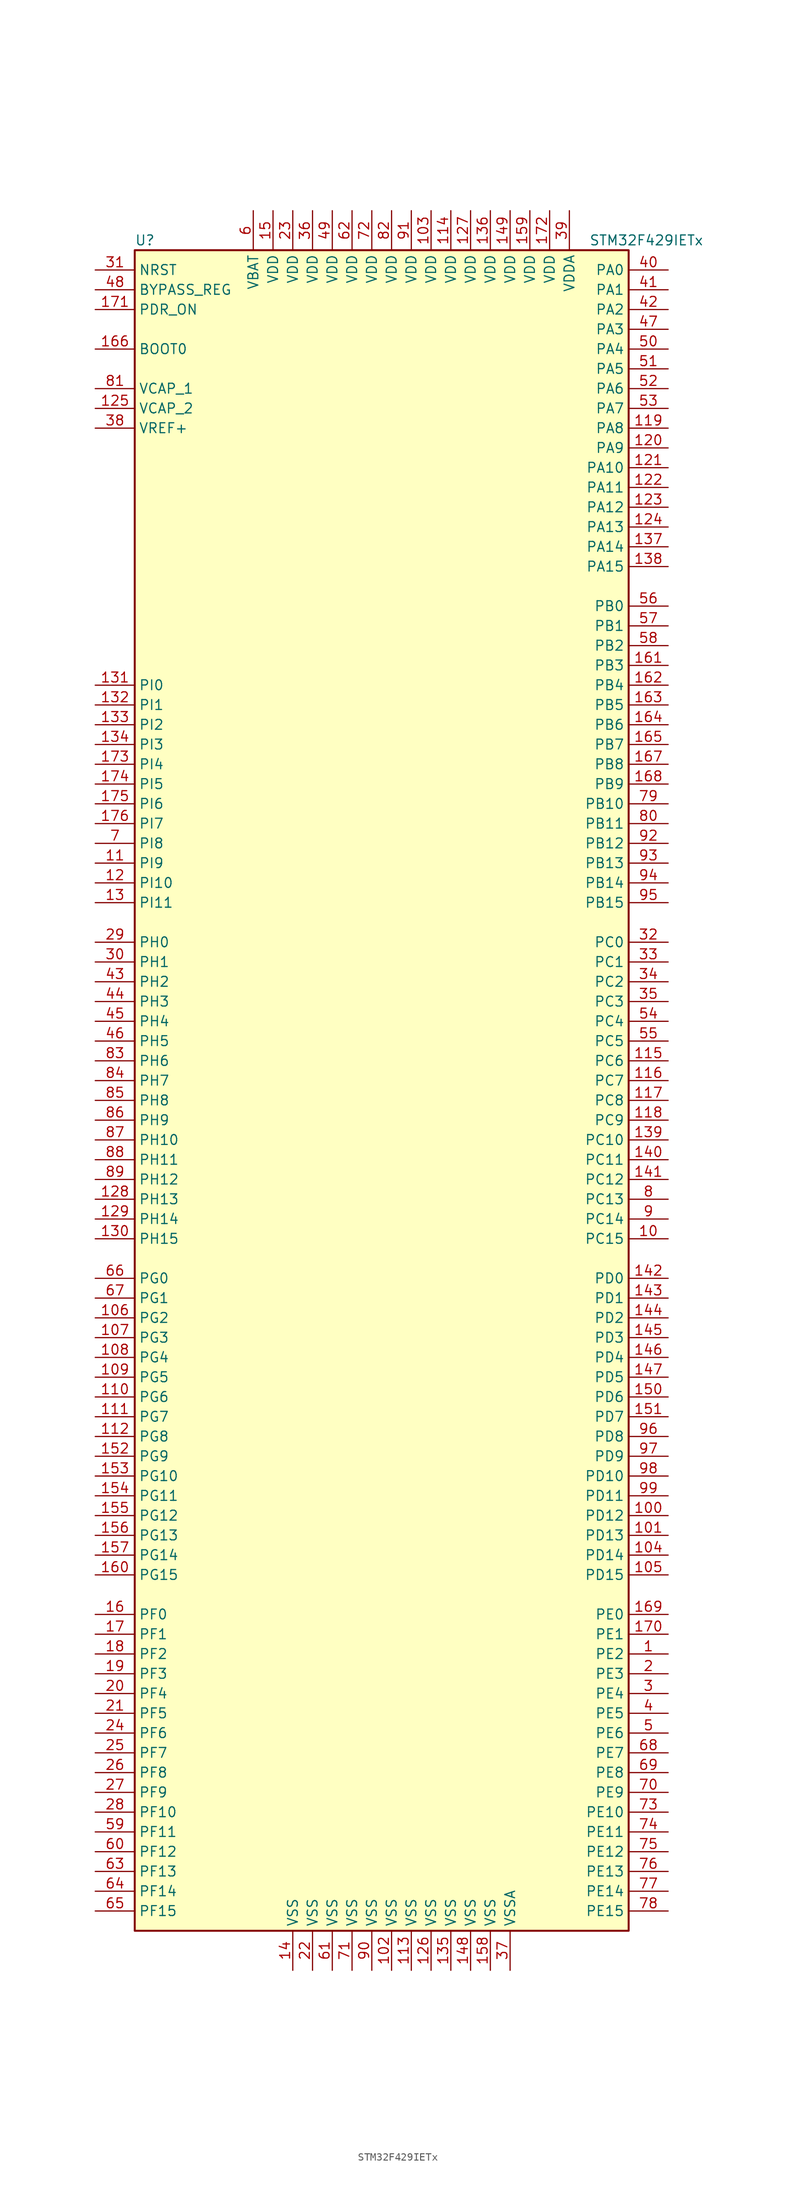
<source format=kicad_sym>
(kicad_symbol_lib
  (version 20211014)
  (generator kicad_symbol_editor)
  (symbol "STM32F429IETx"
    (property "Reference" "U"
      (at -33.02 107.95 0)
      (effects (font (size 1.27 1.27)) (justify left)))
    (property "Value" "STM32F429IETx"
      (at 25.4 107.95 0)
      (effects (font (size 1.27 1.27)) (justify left)))
    (symbol "STM32F429IETx_0_1"
      (rectangle (start -33.02 -109.22) (end 30.48 106.68) (stroke (width 0.254) (type default) (color 0 0 0 0)) (fill (type background))))
    (symbol "STM32F429IETx_1_1"
      (pin bidirectional line (at 35.56 -73.66 180) (length 5.08) (name "PE2" (effects (font (size 1.27 1.27)))) (number "1" (effects (font (size 1.27 1.27)))))
      (pin bidirectional line (at 35.56 -20.32 180) (length 5.08) (name "PC15" (effects (font (size 1.27 1.27)))) (number "10" (effects (font (size 1.27 1.27)))))
      (pin bidirectional line (at 35.56 -55.88 180) (length 5.08) (name "PD12" (effects (font (size 1.27 1.27)))) (number "100" (effects (font (size 1.27 1.27)))))
      (pin bidirectional line (at 35.56 -58.42 180) (length 5.08) (name "PD13" (effects (font (size 1.27 1.27)))) (number "101" (effects (font (size 1.27 1.27)))))
      (pin power_in line (at 0 -114.3 90) (length 5.08) (name "VSS" (effects (font (size 1.27 1.27)))) (number "102" (effects (font (size 1.27 1.27)))))
      (pin power_in line (at 5.08 111.76 270) (length 5.08) (name "VDD" (effects (font (size 1.27 1.27)))) (number "103" (effects (font (size 1.27 1.27)))))
      (pin bidirectional line (at 35.56 -60.96 180) (length 5.08) (name "PD14" (effects (font (size 1.27 1.27)))) (number "104" (effects (font (size 1.27 1.27)))))
      (pin bidirectional line (at 35.56 -63.5 180) (length 5.08) (name "PD15" (effects (font (size 1.27 1.27)))) (number "105" (effects (font (size 1.27 1.27)))))
      (pin bidirectional line (at -38.1 -30.48 0) (length 5.08) (name "PG2" (effects (font (size 1.27 1.27)))) (number "106" (effects (font (size 1.27 1.27)))))
      (pin bidirectional line (at -38.1 -33.02 0) (length 5.08) (name "PG3" (effects (font (size 1.27 1.27)))) (number "107" (effects (font (size 1.27 1.27)))))
      (pin bidirectional line (at -38.1 -35.56 0) (length 5.08) (name "PG4" (effects (font (size 1.27 1.27)))) (number "108" (effects (font (size 1.27 1.27)))))
      (pin bidirectional line (at -38.1 -38.1 0) (length 5.08) (name "PG5" (effects (font (size 1.27 1.27)))) (number "109" (effects (font (size 1.27 1.27)))))
      (pin bidirectional line (at -38.1 27.94 0) (length 5.08) (name "PI9" (effects (font (size 1.27 1.27)))) (number "11" (effects (font (size 1.27 1.27)))))
      (pin bidirectional line (at -38.1 -40.64 0) (length 5.08) (name "PG6" (effects (font (size 1.27 1.27)))) (number "110" (effects (font (size 1.27 1.27)))))
      (pin bidirectional line (at -38.1 -43.18 0) (length 5.08) (name "PG7" (effects (font (size 1.27 1.27)))) (number "111" (effects (font (size 1.27 1.27)))))
      (pin bidirectional line (at -38.1 -45.72 0) (length 5.08) (name "PG8" (effects (font (size 1.27 1.27)))) (number "112" (effects (font (size 1.27 1.27)))))
      (pin power_in line (at 2.54 -114.3 90) (length 5.08) (name "VSS" (effects (font (size 1.27 1.27)))) (number "113" (effects (font (size 1.27 1.27)))))
      (pin power_in line (at 7.62 111.76 270) (length 5.08) (name "VDD" (effects (font (size 1.27 1.27)))) (number "114" (effects (font (size 1.27 1.27)))))
      (pin bidirectional line (at 35.56 2.54 180) (length 5.08) (name "PC6" (effects (font (size 1.27 1.27)))) (number "115" (effects (font (size 1.27 1.27)))))
      (pin bidirectional line (at 35.56 0 180) (length 5.08) (name "PC7" (effects (font (size 1.27 1.27)))) (number "116" (effects (font (size 1.27 1.27)))))
      (pin bidirectional line (at 35.56 -2.54 180) (length 5.08) (name "PC8" (effects (font (size 1.27 1.27)))) (number "117" (effects (font (size 1.27 1.27)))))
      (pin bidirectional line (at 35.56 -5.08 180) (length 5.08) (name "PC9" (effects (font (size 1.27 1.27)))) (number "118" (effects (font (size 1.27 1.27)))))
      (pin bidirectional line (at 35.56 83.82 180) (length 5.08) (name "PA8" (effects (font (size 1.27 1.27)))) (number "119" (effects (font (size 1.27 1.27)))))
      (pin bidirectional line (at -38.1 25.4 0) (length 5.08) (name "PI10" (effects (font (size 1.27 1.27)))) (number "12" (effects (font (size 1.27 1.27)))))
      (pin bidirectional line (at 35.56 81.28 180) (length 5.08) (name "PA9" (effects (font (size 1.27 1.27)))) (number "120" (effects (font (size 1.27 1.27)))))
      (pin bidirectional line (at 35.56 78.74 180) (length 5.08) (name "PA10" (effects (font (size 1.27 1.27)))) (number "121" (effects (font (size 1.27 1.27)))))
      (pin bidirectional line (at 35.56 76.2 180) (length 5.08) (name "PA11" (effects (font (size 1.27 1.27)))) (number "122" (effects (font (size 1.27 1.27)))))
      (pin bidirectional line (at 35.56 73.66 180) (length 5.08) (name "PA12" (effects (font (size 1.27 1.27)))) (number "123" (effects (font (size 1.27 1.27)))))
      (pin bidirectional line (at 35.56 71.12 180) (length 5.08) (name "PA13" (effects (font (size 1.27 1.27)))) (number "124" (effects (font (size 1.27 1.27)))))
      (pin power_in line (at -38.1 86.36 0) (length 5.08) (name "VCAP_2" (effects (font (size 1.27 1.27)))) (number "125" (effects (font (size 1.27 1.27)))))
      (pin power_in line (at 5.08 -114.3 90) (length 5.08) (name "VSS" (effects (font (size 1.27 1.27)))) (number "126" (effects (font (size 1.27 1.27)))))
      (pin power_in line (at 10.16 111.76 270) (length 5.08) (name "VDD" (effects (font (size 1.27 1.27)))) (number "127" (effects (font (size 1.27 1.27)))))
      (pin bidirectional line (at -38.1 -15.24 0) (length 5.08) (name "PH13" (effects (font (size 1.27 1.27)))) (number "128" (effects (font (size 1.27 1.27)))))
      (pin bidirectional line (at -38.1 -17.78 0) (length 5.08) (name "PH14" (effects (font (size 1.27 1.27)))) (number "129" (effects (font (size 1.27 1.27)))))
      (pin bidirectional line (at -38.1 22.86 0) (length 5.08) (name "PI11" (effects (font (size 1.27 1.27)))) (number "13" (effects (font (size 1.27 1.27)))))
      (pin bidirectional line (at -38.1 -20.32 0) (length 5.08) (name "PH15" (effects (font (size 1.27 1.27)))) (number "130" (effects (font (size 1.27 1.27)))))
      (pin bidirectional line (at -38.1 50.8 0) (length 5.08) (name "PI0" (effects (font (size 1.27 1.27)))) (number "131" (effects (font (size 1.27 1.27)))))
      (pin bidirectional line (at -38.1 48.26 0) (length 5.08) (name "PI1" (effects (font (size 1.27 1.27)))) (number "132" (effects (font (size 1.27 1.27)))))
      (pin bidirectional line (at -38.1 45.72 0) (length 5.08) (name "PI2" (effects (font (size 1.27 1.27)))) (number "133" (effects (font (size 1.27 1.27)))))
      (pin bidirectional line (at -38.1 43.18 0) (length 5.08) (name "PI3" (effects (font (size 1.27 1.27)))) (number "134" (effects (font (size 1.27 1.27)))))
      (pin power_in line (at 7.62 -114.3 90) (length 5.08) (name "VSS" (effects (font (size 1.27 1.27)))) (number "135" (effects (font (size 1.27 1.27)))))
      (pin power_in line (at 12.7 111.76 270) (length 5.08) (name "VDD" (effects (font (size 1.27 1.27)))) (number "136" (effects (font (size 1.27 1.27)))))
      (pin bidirectional line (at 35.56 68.58 180) (length 5.08) (name "PA14" (effects (font (size 1.27 1.27)))) (number "137" (effects (font (size 1.27 1.27)))))
      (pin bidirectional line (at 35.56 66.04 180) (length 5.08) (name "PA15" (effects (font (size 1.27 1.27)))) (number "138" (effects (font (size 1.27 1.27)))))
      (pin bidirectional line (at 35.56 -7.62 180) (length 5.08) (name "PC10" (effects (font (size 1.27 1.27)))) (number "139" (effects (font (size 1.27 1.27)))))
      (pin power_in line (at -12.7 -114.3 90) (length 5.08) (name "VSS" (effects (font (size 1.27 1.27)))) (number "14" (effects (font (size 1.27 1.27)))))
      (pin bidirectional line (at 35.56 -10.16 180) (length 5.08) (name "PC11" (effects (font (size 1.27 1.27)))) (number "140" (effects (font (size 1.27 1.27)))))
      (pin bidirectional line (at 35.56 -12.7 180) (length 5.08) (name "PC12" (effects (font (size 1.27 1.27)))) (number "141" (effects (font (size 1.27 1.27)))))
      (pin bidirectional line (at 35.56 -25.4 180) (length 5.08) (name "PD0" (effects (font (size 1.27 1.27)))) (number "142" (effects (font (size 1.27 1.27)))))
      (pin bidirectional line (at 35.56 -27.94 180) (length 5.08) (name "PD1" (effects (font (size 1.27 1.27)))) (number "143" (effects (font (size 1.27 1.27)))))
      (pin bidirectional line (at 35.56 -30.48 180) (length 5.08) (name "PD2" (effects (font (size 1.27 1.27)))) (number "144" (effects (font (size 1.27 1.27)))))
      (pin bidirectional line (at 35.56 -33.02 180) (length 5.08) (name "PD3" (effects (font (size 1.27 1.27)))) (number "145" (effects (font (size 1.27 1.27)))))
      (pin bidirectional line (at 35.56 -35.56 180) (length 5.08) (name "PD4" (effects (font (size 1.27 1.27)))) (number "146" (effects (font (size 1.27 1.27)))))
      (pin bidirectional line (at 35.56 -38.1 180) (length 5.08) (name "PD5" (effects (font (size 1.27 1.27)))) (number "147" (effects (font (size 1.27 1.27)))))
      (pin power_in line (at 10.16 -114.3 90) (length 5.08) (name "VSS" (effects (font (size 1.27 1.27)))) (number "148" (effects (font (size 1.27 1.27)))))
      (pin power_in line (at 15.24 111.76 270) (length 5.08) (name "VDD" (effects (font (size 1.27 1.27)))) (number "149" (effects (font (size 1.27 1.27)))))
      (pin power_in line (at -15.24 111.76 270) (length 5.08) (name "VDD" (effects (font (size 1.27 1.27)))) (number "15" (effects (font (size 1.27 1.27)))))
      (pin bidirectional line (at 35.56 -40.64 180) (length 5.08) (name "PD6" (effects (font (size 1.27 1.27)))) (number "150" (effects (font (size 1.27 1.27)))))
      (pin bidirectional line (at 35.56 -43.18 180) (length 5.08) (name "PD7" (effects (font (size 1.27 1.27)))) (number "151" (effects (font (size 1.27 1.27)))))
      (pin bidirectional line (at -38.1 -48.26 0) (length 5.08) (name "PG9" (effects (font (size 1.27 1.27)))) (number "152" (effects (font (size 1.27 1.27)))))
      (pin bidirectional line (at -38.1 -50.8 0) (length 5.08) (name "PG10" (effects (font (size 1.27 1.27)))) (number "153" (effects (font (size 1.27 1.27)))))
      (pin bidirectional line (at -38.1 -53.34 0) (length 5.08) (name "PG11" (effects (font (size 1.27 1.27)))) (number "154" (effects (font (size 1.27 1.27)))))
      (pin bidirectional line (at -38.1 -55.88 0) (length 5.08) (name "PG12" (effects (font (size 1.27 1.27)))) (number "155" (effects (font (size 1.27 1.27)))))
      (pin bidirectional line (at -38.1 -58.42 0) (length 5.08) (name "PG13" (effects (font (size 1.27 1.27)))) (number "156" (effects (font (size 1.27 1.27)))))
      (pin bidirectional line (at -38.1 -60.96 0) (length 5.08) (name "PG14" (effects (font (size 1.27 1.27)))) (number "157" (effects (font (size 1.27 1.27)))))
      (pin power_in line (at 12.7 -114.3 90) (length 5.08) (name "VSS" (effects (font (size 1.27 1.27)))) (number "158" (effects (font (size 1.27 1.27)))))
      (pin power_in line (at 17.78 111.76 270) (length 5.08) (name "VDD" (effects (font (size 1.27 1.27)))) (number "159" (effects (font (size 1.27 1.27)))))
      (pin bidirectional line (at -38.1 -68.58 0) (length 5.08) (name "PF0" (effects (font (size 1.27 1.27)))) (number "16" (effects (font (size 1.27 1.27)))))
      (pin bidirectional line (at -38.1 -63.5 0) (length 5.08) (name "PG15" (effects (font (size 1.27 1.27)))) (number "160" (effects (font (size 1.27 1.27)))))
      (pin bidirectional line (at 35.56 53.34 180) (length 5.08) (name "PB3" (effects (font (size 1.27 1.27)))) (number "161" (effects (font (size 1.27 1.27)))))
      (pin bidirectional line (at 35.56 50.8 180) (length 5.08) (name "PB4" (effects (font (size 1.27 1.27)))) (number "162" (effects (font (size 1.27 1.27)))))
      (pin bidirectional line (at 35.56 48.26 180) (length 5.08) (name "PB5" (effects (font (size 1.27 1.27)))) (number "163" (effects (font (size 1.27 1.27)))))
      (pin bidirectional line (at 35.56 45.72 180) (length 5.08) (name "PB6" (effects (font (size 1.27 1.27)))) (number "164" (effects (font (size 1.27 1.27)))))
      (pin bidirectional line (at 35.56 43.18 180) (length 5.08) (name "PB7" (effects (font (size 1.27 1.27)))) (number "165" (effects (font (size 1.27 1.27)))))
      (pin input line (at -38.1 93.98 0) (length 5.08) (name "BOOT0" (effects (font (size 1.27 1.27)))) (number "166" (effects (font (size 1.27 1.27)))))
      (pin bidirectional line (at 35.56 40.64 180) (length 5.08) (name "PB8" (effects (font (size 1.27 1.27)))) (number "167" (effects (font (size 1.27 1.27)))))
      (pin bidirectional line (at 35.56 38.1 180) (length 5.08) (name "PB9" (effects (font (size 1.27 1.27)))) (number "168" (effects (font (size 1.27 1.27)))))
      (pin bidirectional line (at 35.56 -68.58 180) (length 5.08) (name "PE0" (effects (font (size 1.27 1.27)))) (number "169" (effects (font (size 1.27 1.27)))))
      (pin bidirectional line (at -38.1 -71.12 0) (length 5.08) (name "PF1" (effects (font (size 1.27 1.27)))) (number "17" (effects (font (size 1.27 1.27)))))
      (pin bidirectional line (at 35.56 -71.12 180) (length 5.08) (name "PE1" (effects (font (size 1.27 1.27)))) (number "170" (effects (font (size 1.27 1.27)))))
      (pin input line (at -38.1 99.06 0) (length 5.08) (name "PDR_ON" (effects (font (size 1.27 1.27)))) (number "171" (effects (font (size 1.27 1.27)))))
      (pin power_in line (at 20.32 111.76 270) (length 5.08) (name "VDD" (effects (font (size 1.27 1.27)))) (number "172" (effects (font (size 1.27 1.27)))))
      (pin bidirectional line (at -38.1 40.64 0) (length 5.08) (name "PI4" (effects (font (size 1.27 1.27)))) (number "173" (effects (font (size 1.27 1.27)))))
      (pin bidirectional line (at -38.1 38.1 0) (length 5.08) (name "PI5" (effects (font (size 1.27 1.27)))) (number "174" (effects (font (size 1.27 1.27)))))
      (pin bidirectional line (at -38.1 35.56 0) (length 5.08) (name "PI6" (effects (font (size 1.27 1.27)))) (number "175" (effects (font (size 1.27 1.27)))))
      (pin bidirectional line (at -38.1 33.02 0) (length 5.08) (name "PI7" (effects (font (size 1.27 1.27)))) (number "176" (effects (font (size 1.27 1.27)))))
      (pin bidirectional line (at -38.1 -73.66 0) (length 5.08) (name "PF2" (effects (font (size 1.27 1.27)))) (number "18" (effects (font (size 1.27 1.27)))))
      (pin bidirectional line (at -38.1 -76.2 0) (length 5.08) (name "PF3" (effects (font (size 1.27 1.27)))) (number "19" (effects (font (size 1.27 1.27)))))
      (pin bidirectional line (at 35.56 -76.2 180) (length 5.08) (name "PE3" (effects (font (size 1.27 1.27)))) (number "2" (effects (font (size 1.27 1.27)))))
      (pin bidirectional line (at -38.1 -78.74 0) (length 5.08) (name "PF4" (effects (font (size 1.27 1.27)))) (number "20" (effects (font (size 1.27 1.27)))))
      (pin bidirectional line (at -38.1 -81.28 0) (length 5.08) (name "PF5" (effects (font (size 1.27 1.27)))) (number "21" (effects (font (size 1.27 1.27)))))
      (pin power_in line (at -10.16 -114.3 90) (length 5.08) (name "VSS" (effects (font (size 1.27 1.27)))) (number "22" (effects (font (size 1.27 1.27)))))
      (pin power_in line (at -12.7 111.76 270) (length 5.08) (name "VDD" (effects (font (size 1.27 1.27)))) (number "23" (effects (font (size 1.27 1.27)))))
      (pin bidirectional line (at -38.1 -83.82 0) (length 5.08) (name "PF6" (effects (font (size 1.27 1.27)))) (number "24" (effects (font (size 1.27 1.27)))))
      (pin bidirectional line (at -38.1 -86.36 0) (length 5.08) (name "PF7" (effects (font (size 1.27 1.27)))) (number "25" (effects (font (size 1.27 1.27)))))
      (pin bidirectional line (at -38.1 -88.9 0) (length 5.08) (name "PF8" (effects (font (size 1.27 1.27)))) (number "26" (effects (font (size 1.27 1.27)))))
      (pin bidirectional line (at -38.1 -91.44 0) (length 5.08) (name "PF9" (effects (font (size 1.27 1.27)))) (number "27" (effects (font (size 1.27 1.27)))))
      (pin bidirectional line (at -38.1 -93.98 0) (length 5.08) (name "PF10" (effects (font (size 1.27 1.27)))) (number "28" (effects (font (size 1.27 1.27)))))
      (pin input line (at -38.1 17.78 0) (length 5.08) (name "PH0" (effects (font (size 1.27 1.27)))) (number "29" (effects (font (size 1.27 1.27)))))
      (pin bidirectional line (at 35.56 -78.74 180) (length 5.08) (name "PE4" (effects (font (size 1.27 1.27)))) (number "3" (effects (font (size 1.27 1.27)))))
      (pin input line (at -38.1 15.24 0) (length 5.08) (name "PH1" (effects (font (size 1.27 1.27)))) (number "30" (effects (font (size 1.27 1.27)))))
      (pin input line (at -38.1 104.14 0) (length 5.08) (name "NRST" (effects (font (size 1.27 1.27)))) (number "31" (effects (font (size 1.27 1.27)))))
      (pin bidirectional line (at 35.56 17.78 180) (length 5.08) (name "PC0" (effects (font (size 1.27 1.27)))) (number "32" (effects (font (size 1.27 1.27)))))
      (pin bidirectional line (at 35.56 15.24 180) (length 5.08) (name "PC1" (effects (font (size 1.27 1.27)))) (number "33" (effects (font (size 1.27 1.27)))))
      (pin bidirectional line (at 35.56 12.7 180) (length 5.08) (name "PC2" (effects (font (size 1.27 1.27)))) (number "34" (effects (font (size 1.27 1.27)))))
      (pin bidirectional line (at 35.56 10.16 180) (length 5.08) (name "PC3" (effects (font (size 1.27 1.27)))) (number "35" (effects (font (size 1.27 1.27)))))
      (pin power_in line (at -10.16 111.76 270) (length 5.08) (name "VDD" (effects (font (size 1.27 1.27)))) (number "36" (effects (font (size 1.27 1.27)))))
      (pin power_in line (at 15.24 -114.3 90) (length 5.08) (name "VSSA" (effects (font (size 1.27 1.27)))) (number "37" (effects (font (size 1.27 1.27)))))
      (pin power_in line (at -38.1 83.82 0) (length 5.08) (name "VREF+" (effects (font (size 1.27 1.27)))) (number "38" (effects (font (size 1.27 1.27)))))
      (pin power_in line (at 22.86 111.76 270) (length 5.08) (name "VDDA" (effects (font (size 1.27 1.27)))) (number "39" (effects (font (size 1.27 1.27)))))
      (pin bidirectional line (at 35.56 -81.28 180) (length 5.08) (name "PE5" (effects (font (size 1.27 1.27)))) (number "4" (effects (font (size 1.27 1.27)))))
      (pin bidirectional line (at 35.56 104.14 180) (length 5.08) (name "PA0" (effects (font (size 1.27 1.27)))) (number "40" (effects (font (size 1.27 1.27)))))
      (pin bidirectional line (at 35.56 101.6 180) (length 5.08) (name "PA1" (effects (font (size 1.27 1.27)))) (number "41" (effects (font (size 1.27 1.27)))))
      (pin bidirectional line (at 35.56 99.06 180) (length 5.08) (name "PA2" (effects (font (size 1.27 1.27)))) (number "42" (effects (font (size 1.27 1.27)))))
      (pin bidirectional line (at -38.1 12.7 0) (length 5.08) (name "PH2" (effects (font (size 1.27 1.27)))) (number "43" (effects (font (size 1.27 1.27)))))
      (pin bidirectional line (at -38.1 10.16 0) (length 5.08) (name "PH3" (effects (font (size 1.27 1.27)))) (number "44" (effects (font (size 1.27 1.27)))))
      (pin bidirectional line (at -38.1 7.62 0) (length 5.08) (name "PH4" (effects (font (size 1.27 1.27)))) (number "45" (effects (font (size 1.27 1.27)))))
      (pin bidirectional line (at -38.1 5.08 0) (length 5.08) (name "PH5" (effects (font (size 1.27 1.27)))) (number "46" (effects (font (size 1.27 1.27)))))
      (pin bidirectional line (at 35.56 96.52 180) (length 5.08) (name "PA3" (effects (font (size 1.27 1.27)))) (number "47" (effects (font (size 1.27 1.27)))))
      (pin input line (at -38.1 101.6 0) (length 5.08) (name "BYPASS_REG" (effects (font (size 1.27 1.27)))) (number "48" (effects (font (size 1.27 1.27)))))
      (pin power_in line (at -7.62 111.76 270) (length 5.08) (name "VDD" (effects (font (size 1.27 1.27)))) (number "49" (effects (font (size 1.27 1.27)))))
      (pin bidirectional line (at 35.56 -83.82 180) (length 5.08) (name "PE6" (effects (font (size 1.27 1.27)))) (number "5" (effects (font (size 1.27 1.27)))))
      (pin bidirectional line (at 35.56 93.98 180) (length 5.08) (name "PA4" (effects (font (size 1.27 1.27)))) (number "50" (effects (font (size 1.27 1.27)))))
      (pin bidirectional line (at 35.56 91.44 180) (length 5.08) (name "PA5" (effects (font (size 1.27 1.27)))) (number "51" (effects (font (size 1.27 1.27)))))
      (pin bidirectional line (at 35.56 88.9 180) (length 5.08) (name "PA6" (effects (font (size 1.27 1.27)))) (number "52" (effects (font (size 1.27 1.27)))))
      (pin bidirectional line (at 35.56 86.36 180) (length 5.08) (name "PA7" (effects (font (size 1.27 1.27)))) (number "53" (effects (font (size 1.27 1.27)))))
      (pin bidirectional line (at 35.56 7.62 180) (length 5.08) (name "PC4" (effects (font (size 1.27 1.27)))) (number "54" (effects (font (size 1.27 1.27)))))
      (pin bidirectional line (at 35.56 5.08 180) (length 5.08) (name "PC5" (effects (font (size 1.27 1.27)))) (number "55" (effects (font (size 1.27 1.27)))))
      (pin bidirectional line (at 35.56 60.96 180) (length 5.08) (name "PB0" (effects (font (size 1.27 1.27)))) (number "56" (effects (font (size 1.27 1.27)))))
      (pin bidirectional line (at 35.56 58.42 180) (length 5.08) (name "PB1" (effects (font (size 1.27 1.27)))) (number "57" (effects (font (size 1.27 1.27)))))
      (pin bidirectional line (at 35.56 55.88 180) (length 5.08) (name "PB2" (effects (font (size 1.27 1.27)))) (number "58" (effects (font (size 1.27 1.27)))))
      (pin bidirectional line (at -38.1 -96.52 0) (length 5.08) (name "PF11" (effects (font (size 1.27 1.27)))) (number "59" (effects (font (size 1.27 1.27)))))
      (pin power_in line (at -17.78 111.76 270) (length 5.08) (name "VBAT" (effects (font (size 1.27 1.27)))) (number "6" (effects (font (size 1.27 1.27)))))
      (pin bidirectional line (at -38.1 -99.06 0) (length 5.08) (name "PF12" (effects (font (size 1.27 1.27)))) (number "60" (effects (font (size 1.27 1.27)))))
      (pin power_in line (at -7.62 -114.3 90) (length 5.08) (name "VSS" (effects (font (size 1.27 1.27)))) (number "61" (effects (font (size 1.27 1.27)))))
      (pin power_in line (at -5.08 111.76 270) (length 5.08) (name "VDD" (effects (font (size 1.27 1.27)))) (number "62" (effects (font (size 1.27 1.27)))))
      (pin bidirectional line (at -38.1 -101.6 0) (length 5.08) (name "PF13" (effects (font (size 1.27 1.27)))) (number "63" (effects (font (size 1.27 1.27)))))
      (pin bidirectional line (at -38.1 -104.14 0) (length 5.08) (name "PF14" (effects (font (size 1.27 1.27)))) (number "64" (effects (font (size 1.27 1.27)))))
      (pin bidirectional line (at -38.1 -106.68 0) (length 5.08) (name "PF15" (effects (font (size 1.27 1.27)))) (number "65" (effects (font (size 1.27 1.27)))))
      (pin bidirectional line (at -38.1 -25.4 0) (length 5.08) (name "PG0" (effects (font (size 1.27 1.27)))) (number "66" (effects (font (size 1.27 1.27)))))
      (pin bidirectional line (at -38.1 -27.94 0) (length 5.08) (name "PG1" (effects (font (size 1.27 1.27)))) (number "67" (effects (font (size 1.27 1.27)))))
      (pin bidirectional line (at 35.56 -86.36 180) (length 5.08) (name "PE7" (effects (font (size 1.27 1.27)))) (number "68" (effects (font (size 1.27 1.27)))))
      (pin bidirectional line (at 35.56 -88.9 180) (length 5.08) (name "PE8" (effects (font (size 1.27 1.27)))) (number "69" (effects (font (size 1.27 1.27)))))
      (pin bidirectional line (at -38.1 30.48 0) (length 5.08) (name "PI8" (effects (font (size 1.27 1.27)))) (number "7" (effects (font (size 1.27 1.27)))))
      (pin bidirectional line (at 35.56 -91.44 180) (length 5.08) (name "PE9" (effects (font (size 1.27 1.27)))) (number "70" (effects (font (size 1.27 1.27)))))
      (pin power_in line (at -5.08 -114.3 90) (length 5.08) (name "VSS" (effects (font (size 1.27 1.27)))) (number "71" (effects (font (size 1.27 1.27)))))
      (pin power_in line (at -2.54 111.76 270) (length 5.08) (name "VDD" (effects (font (size 1.27 1.27)))) (number "72" (effects (font (size 1.27 1.27)))))
      (pin bidirectional line (at 35.56 -93.98 180) (length 5.08) (name "PE10" (effects (font (size 1.27 1.27)))) (number "73" (effects (font (size 1.27 1.27)))))
      (pin bidirectional line (at 35.56 -96.52 180) (length 5.08) (name "PE11" (effects (font (size 1.27 1.27)))) (number "74" (effects (font (size 1.27 1.27)))))
      (pin bidirectional line (at 35.56 -99.06 180) (length 5.08) (name "PE12" (effects (font (size 1.27 1.27)))) (number "75" (effects (font (size 1.27 1.27)))))
      (pin bidirectional line (at 35.56 -101.6 180) (length 5.08) (name "PE13" (effects (font (size 1.27 1.27)))) (number "76" (effects (font (size 1.27 1.27)))))
      (pin bidirectional line (at 35.56 -104.14 180) (length 5.08) (name "PE14" (effects (font (size 1.27 1.27)))) (number "77" (effects (font (size 1.27 1.27)))))
      (pin bidirectional line (at 35.56 -106.68 180) (length 5.08) (name "PE15" (effects (font (size 1.27 1.27)))) (number "78" (effects (font (size 1.27 1.27)))))
      (pin bidirectional line (at 35.56 35.56 180) (length 5.08) (name "PB10" (effects (font (size 1.27 1.27)))) (number "79" (effects (font (size 1.27 1.27)))))
      (pin bidirectional line (at 35.56 -15.24 180) (length 5.08) (name "PC13" (effects (font (size 1.27 1.27)))) (number "8" (effects (font (size 1.27 1.27)))))
      (pin bidirectional line (at 35.56 33.02 180) (length 5.08) (name "PB11" (effects (font (size 1.27 1.27)))) (number "80" (effects (font (size 1.27 1.27)))))
      (pin power_in line (at -38.1 88.9 0) (length 5.08) (name "VCAP_1" (effects (font (size 1.27 1.27)))) (number "81" (effects (font (size 1.27 1.27)))))
      (pin power_in line (at 0 111.76 270) (length 5.08) (name "VDD" (effects (font (size 1.27 1.27)))) (number "82" (effects (font (size 1.27 1.27)))))
      (pin bidirectional line (at -38.1 2.54 0) (length 5.08) (name "PH6" (effects (font (size 1.27 1.27)))) (number "83" (effects (font (size 1.27 1.27)))))
      (pin bidirectional line (at -38.1 0 0) (length 5.08) (name "PH7" (effects (font (size 1.27 1.27)))) (number "84" (effects (font (size 1.27 1.27)))))
      (pin bidirectional line (at -38.1 -2.54 0) (length 5.08) (name "PH8" (effects (font (size 1.27 1.27)))) (number "85" (effects (font (size 1.27 1.27)))))
      (pin bidirectional line (at -38.1 -5.08 0) (length 5.08) (name "PH9" (effects (font (size 1.27 1.27)))) (number "86" (effects (font (size 1.27 1.27)))))
      (pin bidirectional line (at -38.1 -7.62 0) (length 5.08) (name "PH10" (effects (font (size 1.27 1.27)))) (number "87" (effects (font (size 1.27 1.27)))))
      (pin bidirectional line (at -38.1 -10.16 0) (length 5.08) (name "PH11" (effects (font (size 1.27 1.27)))) (number "88" (effects (font (size 1.27 1.27)))))
      (pin bidirectional line (at -38.1 -12.7 0) (length 5.08) (name "PH12" (effects (font (size 1.27 1.27)))) (number "89" (effects (font (size 1.27 1.27)))))
      (pin bidirectional line (at 35.56 -17.78 180) (length 5.08) (name "PC14" (effects (font (size 1.27 1.27)))) (number "9" (effects (font (size 1.27 1.27)))))
      (pin power_in line (at -2.54 -114.3 90) (length 5.08) (name "VSS" (effects (font (size 1.27 1.27)))) (number "90" (effects (font (size 1.27 1.27)))))
      (pin power_in line (at 2.54 111.76 270) (length 5.08) (name "VDD" (effects (font (size 1.27 1.27)))) (number "91" (effects (font (size 1.27 1.27)))))
      (pin bidirectional line (at 35.56 30.48 180) (length 5.08) (name "PB12" (effects (font (size 1.27 1.27)))) (number "92" (effects (font (size 1.27 1.27)))))
      (pin bidirectional line (at 35.56 27.94 180) (length 5.08) (name "PB13" (effects (font (size 1.27 1.27)))) (number "93" (effects (font (size 1.27 1.27)))))
      (pin bidirectional line (at 35.56 25.4 180) (length 5.08) (name "PB14" (effects (font (size 1.27 1.27)))) (number "94" (effects (font (size 1.27 1.27)))))
      (pin bidirectional line (at 35.56 22.86 180) (length 5.08) (name "PB15" (effects (font (size 1.27 1.27)))) (number "95" (effects (font (size 1.27 1.27)))))
      (pin bidirectional line (at 35.56 -45.72 180) (length 5.08) (name "PD8" (effects (font (size 1.27 1.27)))) (number "96" (effects (font (size 1.27 1.27)))))
      (pin bidirectional line (at 35.56 -48.26 180) (length 5.08) (name "PD9" (effects (font (size 1.27 1.27)))) (number "97" (effects (font (size 1.27 1.27)))))
      (pin bidirectional line (at 35.56 -50.8 180) (length 5.08) (name "PD10" (effects (font (size 1.27 1.27)))) (number "98" (effects (font (size 1.27 1.27)))))
      (pin bidirectional line (at 35.56 -53.34 180) (length 5.08) (name "PD11" (effects (font (size 1.27 1.27)))) (number "99" (effects (font (size 1.27 1.27))))))))
</source>
